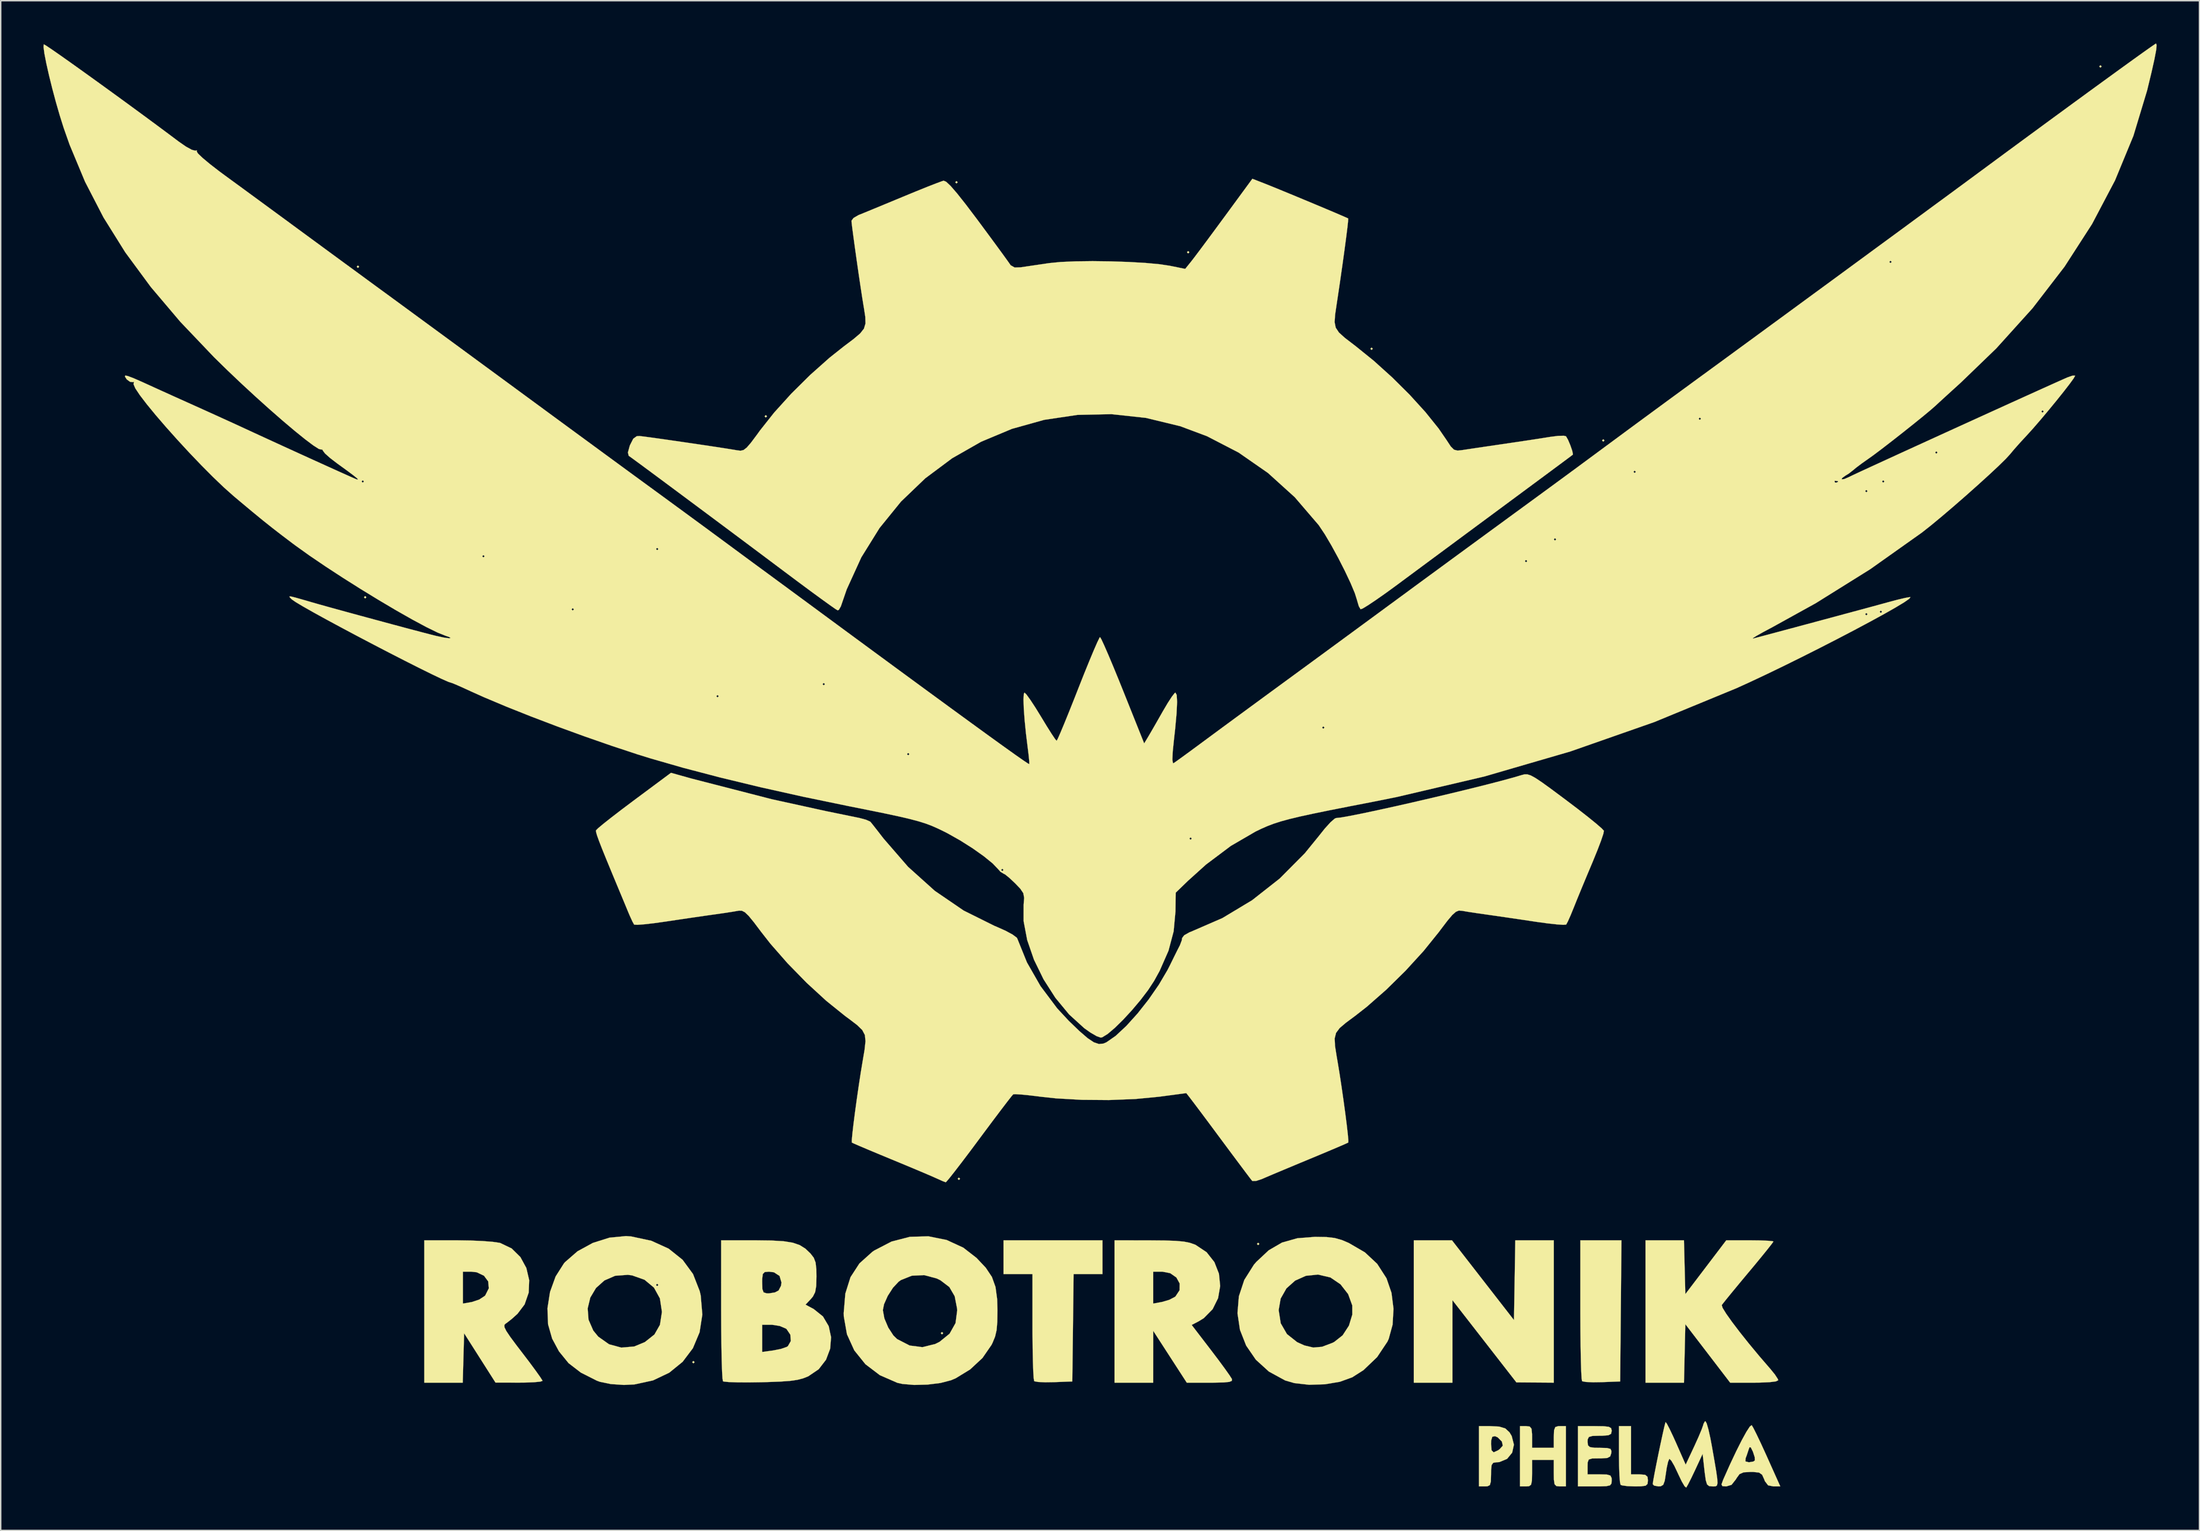
<source format=kicad_pcb>
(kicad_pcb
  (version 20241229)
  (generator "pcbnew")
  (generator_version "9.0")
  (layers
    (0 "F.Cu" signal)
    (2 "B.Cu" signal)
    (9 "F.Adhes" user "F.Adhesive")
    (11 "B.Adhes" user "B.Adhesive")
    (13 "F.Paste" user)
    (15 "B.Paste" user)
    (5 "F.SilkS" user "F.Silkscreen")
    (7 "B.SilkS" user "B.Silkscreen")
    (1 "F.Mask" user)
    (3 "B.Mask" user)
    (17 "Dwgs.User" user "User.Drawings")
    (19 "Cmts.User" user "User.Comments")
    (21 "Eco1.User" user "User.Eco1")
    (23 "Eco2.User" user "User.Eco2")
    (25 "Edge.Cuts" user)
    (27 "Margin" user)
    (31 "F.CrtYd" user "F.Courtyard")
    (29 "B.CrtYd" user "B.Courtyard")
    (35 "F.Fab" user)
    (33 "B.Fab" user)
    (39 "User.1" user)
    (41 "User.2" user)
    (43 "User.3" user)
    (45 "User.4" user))
  (footprint "LogoRobotronikGrand"
    (layer "F.Cu")
    (at 73.794 51.313)
    (property "Reference" "LogoRobotronikGrand" (at 0 0 0) (layer "F.SilkS") (effects (font (size 1.524 1.524) (thickness 0.3))))
    (attr through_hole)
    (fp_poly (pts (xy -51.647 -35.645) (xy -51.731 -35.56) (xy -51.816 -35.645) (xy -51.731 -35.729) (xy -51.647 -35.645)) (stroke (width 0.01) (type solid)) (fill yes) (layer "F.SilkS"))
    (fp_poly (pts (xy -51.139 -12.446) (xy -51.223 -12.361) (xy -51.308 -12.446) (xy -51.223 -12.531) (xy -51.139 -12.446)) (stroke (width 0.01) (type solid)) (fill yes) (layer "F.SilkS"))
    (fp_poly (pts (xy -28.109 41.233) (xy -28.194 41.317) (xy -28.279 41.233) (xy -28.194 41.148) (xy -28.109 41.233)) (stroke (width 0.01) (type solid)) (fill yes) (layer "F.SilkS"))
    (fp_poly (pts (xy -23.029 -25.146) (xy -23.114 -25.061) (xy -23.199 -25.146) (xy -23.114 -25.231) (xy -23.029 -25.146)) (stroke (width 0.01) (type solid)) (fill yes) (layer "F.SilkS"))
    (fp_poly (pts (xy -10.668 39.201) (xy -10.753 39.285) (xy -10.837 39.201) (xy -10.753 39.116) (xy -10.668 39.201)) (stroke (width 0.01) (type solid)) (fill yes) (layer "F.SilkS"))
    (fp_poly (pts (xy -9.652 -41.571) (xy -9.737 -41.487) (xy -9.821 -41.571) (xy -9.737 -41.656) (xy -9.652 -41.571)) (stroke (width 0.01) (type solid)) (fill yes) (layer "F.SilkS"))
    (fp_poly (pts (xy -9.483 28.363) (xy -9.567 28.448) (xy -9.652 28.363) (xy -9.567 28.279) (xy -9.483 28.363)) (stroke (width 0.01) (type solid)) (fill yes) (layer "F.SilkS"))
    (fp_poly (pts (xy 6.604 -36.661) (xy 6.519 -36.576) (xy 6.435 -36.661) (xy 6.519 -36.745) (xy 6.604 -36.661)) (stroke (width 0.01) (type solid)) (fill yes) (layer "F.SilkS"))
    (fp_poly (pts (xy 11.515 32.935) (xy 11.43 33.02) (xy 11.345 32.935) (xy 11.43 32.851) (xy 11.515 32.935)) (stroke (width 0.01) (type solid)) (fill yes) (layer "F.SilkS"))
    (fp_poly (pts (xy 19.473 -29.887) (xy 19.389 -29.803) (xy 19.304 -29.887) (xy 19.389 -29.972) (xy 19.473 -29.887)) (stroke (width 0.01) (type solid)) (fill yes) (layer "F.SilkS"))
    (fp_poly (pts (xy 35.729 -23.453) (xy 35.645 -23.368) (xy 35.56 -23.453) (xy 35.645 -23.537) (xy 35.729 -23.453)) (stroke (width 0.01) (type solid)) (fill yes) (layer "F.SilkS"))
    (fp_poly (pts (xy 70.612 -49.699) (xy 70.527 -49.615) (xy 70.443 -49.699) (xy 70.527 -49.784) (xy 70.612 -49.699)) (stroke (width 0.01) (type solid)) (fill yes) (layer "F.SilkS"))
    (fp_poly (pts (xy 27.204 35.48) (xy 29.379 38.279) (xy 29.426 35.48) (xy 29.472 32.681) (xy 32.173 32.681) (xy 32.173 42.672) (xy 30.861 42.662) (xy 29.549 42.652) (xy 27.305 39.766) (xy 25.061 36.881) (xy 25.061 42.672) (xy 22.352 42.672) (xy 22.352 32.681) (xy 25.029 32.681) (xy 27.204 35.48)) (stroke (width 0.01) (type solid)) (fill yes) (layer "F.SilkS"))
    (fp_poly (pts (xy 36.83 42.587) (xy 35.552 42.636) (xy 34.923 42.645) (xy 34.431 42.623) (xy 34.17 42.575) (xy 34.155 42.566) (xy 34.125 42.372) (xy 34.097 41.883) (xy 34.073 41.143) (xy 34.055 40.195) (xy 34.042 39.082) (xy 34.036 37.85) (xy 34.036 37.564) (xy 34.036 32.681) (xy 36.92 32.681) (xy 36.83 42.587)) (stroke (width 0.01) (type solid)) (fill yes) (layer "F.SilkS"))
    (fp_poly (pts (xy 37.592 49.107) (xy 38.185 49.107) (xy 38.585 49.138) (xy 38.75 49.281) (xy 38.777 49.53) (xy 38.752 49.775) (xy 38.621 49.901) (xy 38.298 49.947) (xy 37.874 49.953) (xy 37.347 49.934) (xy 36.969 49.883) (xy 36.858 49.84) (xy 36.814 49.636) (xy 36.778 49.164) (xy 36.754 48.495) (xy 36.745 47.724) (xy 36.745 45.72) (xy 37.592 45.72) (xy 37.592 49.107)) (stroke (width 0.01) (type solid)) (fill yes) (layer "F.SilkS"))
    (fp_poly (pts (xy 0.508 35.052) (xy -1.518 35.052) (xy -1.563 38.82) (xy -1.609 42.587) (xy -2.886 42.636) (xy -3.515 42.645) (xy -4.007 42.623) (xy -4.269 42.575) (xy -4.283 42.566) (xy -4.318 42.368) (xy -4.349 41.883) (xy -4.374 41.16) (xy -4.392 40.251) (xy -4.402 39.205) (xy -4.403 38.749) (xy -4.403 35.052) (xy -6.435 35.052) (xy -6.435 32.681) (xy 0.508 32.681) (xy 0.508 35.052)) (stroke (width 0.01) (type solid)) (fill yes) (layer "F.SilkS"))
    (fp_poly (pts (xy 30.487 45.752) (xy 30.611 45.907) (xy 30.648 46.276) (xy 30.649 46.482) (xy 30.649 47.244) (xy 32.173 47.244) (xy 32.173 46.482) (xy 32.191 46.012) (xy 32.277 45.789) (xy 32.482 45.723) (xy 32.597 45.72) (xy 33.02 45.72) (xy 33.02 49.953) (xy 32.597 49.953) (xy 32.354 49.929) (xy 32.228 49.801) (xy 32.18 49.487) (xy 32.173 49.022) (xy 32.173 48.091) (xy 30.649 48.091) (xy 30.649 49.022) (xy 30.638 49.555) (xy 30.58 49.833) (xy 30.437 49.938) (xy 30.226 49.953) (xy 29.803 49.953) (xy 29.803 45.72) (xy 30.226 45.72) (xy 30.487 45.752)) (stroke (width 0.01) (type solid)) (fill yes) (layer "F.SilkS"))
    (fp_poly (pts (xy 28.341 45.754) (xy 28.772 45.885) (xy 29.065 46.157) (xy 29.22 46.416) (xy 29.376 47.023) (xy 29.253 47.584) (xy 28.897 48.019) (xy 28.357 48.245) (xy 28.156 48.26) (xy 27.927 48.294) (xy 27.812 48.451) (xy 27.774 48.819) (xy 27.771 49.107) (xy 27.757 49.609) (xy 27.687 49.86) (xy 27.517 49.945) (xy 27.347 49.953) (xy 26.924 49.953) (xy 26.924 46.978) (xy 27.771 46.978) (xy 27.809 47.422) (xy 27.954 47.561) (xy 28.254 47.424) (xy 28.373 47.339) (xy 28.595 47.094) (xy 28.535 46.824) (xy 28.515 46.788) (xy 28.236 46.51) (xy 28.049 46.427) (xy 27.858 46.467) (xy 27.779 46.735) (xy 27.771 46.978) (xy 26.924 46.978) (xy 26.924 45.72) (xy 27.672 45.72) (xy 28.341 45.754)) (stroke (width 0.01) (type solid)) (fill yes) (layer "F.SilkS"))
    (fp_poly (pts (xy 41.354 34.57) (xy 41.402 36.458) (xy 42.838 34.57) (xy 44.273 32.681) (xy 45.928 32.681) (xy 46.63 32.689) (xy 47.184 32.711) (xy 47.518 32.742) (xy 47.583 32.765) (xy 47.479 32.917) (xy 47.194 33.281) (xy 46.763 33.814) (xy 46.224 34.469) (xy 45.831 34.939) (xy 45.229 35.661) (xy 44.701 36.301) (xy 44.286 36.809) (xy 44.025 37.137) (xy 43.957 37.229) (xy 44.017 37.424) (xy 44.27 37.834) (xy 44.683 38.416) (xy 45.227 39.131) (xy 45.869 39.937) (xy 46.58 40.794) (xy 47.327 41.661) (xy 47.361 41.699) (xy 47.685 42.098) (xy 47.887 42.407) (xy 47.921 42.503) (xy 47.761 42.581) (xy 47.312 42.638) (xy 46.624 42.668) (xy 46.234 42.672) (xy 44.547 42.672) (xy 42.975 40.619) (xy 41.402 38.567) (xy 41.307 42.672) (xy 38.608 42.672) (xy 38.608 32.681) (xy 41.306 32.681) (xy 41.354 34.57)) (stroke (width 0.01) (type solid)) (fill yes) (layer "F.SilkS"))
    (fp_poly (pts (xy 35.675 45.729) (xy 36.032 45.77) (xy 36.195 45.864) (xy 36.237 46.032) (xy 36.237 46.059) (xy 36.193 46.262) (xy 36.004 46.363) (xy 35.587 46.396) (xy 35.391 46.397) (xy 34.888 46.411) (xy 34.637 46.481) (xy 34.552 46.651) (xy 34.544 46.821) (xy 34.571 47.071) (xy 34.709 47.196) (xy 35.045 47.24) (xy 35.402 47.244) (xy 35.907 47.257) (xy 36.153 47.321) (xy 36.219 47.474) (xy 36.207 47.619) (xy 36.131 47.848) (xy 35.928 47.957) (xy 35.505 47.986) (xy 35.348 47.986) (xy 34.864 47.992) (xy 34.628 48.064) (xy 34.551 48.266) (xy 34.544 48.542) (xy 34.544 49.107) (xy 35.391 49.107) (xy 35.893 49.12) (xy 36.144 49.19) (xy 36.229 49.36) (xy 36.237 49.53) (xy 36.22 49.751) (xy 36.118 49.878) (xy 35.859 49.936) (xy 35.368 49.953) (xy 35.052 49.953) (xy 33.867 49.953) (xy 33.867 45.72) (xy 35.052 45.72) (xy 35.675 45.729)) (stroke (width 0.01) (type solid)) (fill yes) (layer "F.SilkS"))
    (fp_poly (pts (xy 3.852 32.685) (xy 4.891 32.694) (xy 5.657 32.721) (xy 6.216 32.772) (xy 6.636 32.856) (xy 6.982 32.977) (xy 7.041 33.002) (xy 7.814 33.517) (xy 8.361 34.213) (xy 8.679 35.025) (xy 8.766 35.89) (xy 8.619 36.741) (xy 8.236 37.515) (xy 7.613 38.147) (xy 7.257 38.366) (xy 6.766 38.621) (xy 8.134 40.404) (xy 8.651 41.087) (xy 9.093 41.687) (xy 9.418 42.147) (xy 9.585 42.408) (xy 9.595 42.43) (xy 9.585 42.544) (xy 9.412 42.616) (xy 9.025 42.656) (xy 8.372 42.671) (xy 8.055 42.672) (xy 6.422 42.672) (xy 4.066 39.031) (xy 4.064 42.672) (xy 1.355 42.672) (xy 1.355 34.883) (xy 4.064 34.883) (xy 4.064 37.122) (xy 4.699 37.004) (xy 5.202 36.856) (xy 5.596 36.648) (xy 5.63 36.62) (xy 5.918 36.183) (xy 5.925 35.714) (xy 5.692 35.29) (xy 5.259 34.988) (xy 4.715 34.883) (xy 4.064 34.883) (xy 1.355 34.883) (xy 1.355 32.681) (xy 3.852 32.685)) (stroke (width 0.01) (type solid)) (fill yes) (layer "F.SilkS"))
    (fp_poly (pts (xy 46.059 45.655) (xy 46.18 45.859) (xy 46.406 46.309) (xy 46.709 46.945) (xy 47.057 47.705) (xy 47.135 47.879) (xy 48.065 49.953) (xy 47.586 49.953) (xy 47.209 49.878) (xy 46.985 49.587) (xy 46.931 49.445) (xy 46.787 49.13) (xy 46.571 48.981) (xy 46.168 48.939) (xy 45.987 48.937) (xy 45.491 48.965) (xy 45.203 49.09) (xy 44.995 49.376) (xy 44.958 49.445) (xy 44.644 49.843) (xy 44.274 49.953) (xy 44.002 49.934) (xy 43.938 49.813) (xy 44.052 49.495) (xy 44.092 49.403) (xy 44.543 48.393) (xy 44.635 48.198) (xy 45.616 48.198) (xy 45.861 48.26) (xy 46.176 48.206) (xy 46.279 48.133) (xy 46.27 47.903) (xy 46.147 47.525) (xy 46.145 47.519) (xy 45.996 47.214) (xy 45.905 47.201) (xy 45.849 47.35) (xy 45.704 47.789) (xy 45.636 47.964) (xy 45.616 48.198) (xy 44.635 48.198) (xy 44.974 47.48) (xy 45.363 46.707) (xy 45.688 46.117) (xy 45.927 45.751) (xy 46.056 45.653) (xy 46.059 45.655)) (stroke (width 0.01) (type solid)) (fill yes) (layer "F.SilkS"))
    (fp_poly (pts (xy -44.746 32.682) (xy -43.827 32.696) (xy -42.972 32.733) (xy -42.266 32.789) (xy -41.798 32.857) (xy -41.749 32.869) (xy -40.948 33.251) (xy -40.331 33.859) (xy -39.914 34.625) (xy -39.715 35.48) (xy -39.75 36.354) (xy -40.036 37.18) (xy -40.532 37.836) (xy -40.935 38.199) (xy -41.285 38.473) (xy -41.362 38.523) (xy -41.457 38.62) (xy -41.451 38.779) (xy -41.321 39.045) (xy -41.042 39.461) (xy -40.589 40.07) (xy -40.217 40.555) (xy -39.696 41.239) (xy -39.26 41.829) (xy -38.945 42.272) (xy -38.789 42.517) (xy -38.779 42.545) (xy -38.935 42.599) (xy -39.358 42.64) (xy -39.974 42.665) (xy -40.428 42.669) (xy -42.079 42.666) (xy -43.18 40.935) (xy -44.281 39.205) (xy -44.329 40.938) (xy -44.377 42.672) (xy -47.075 42.672) (xy -47.075 34.883) (xy -44.365 34.883) (xy -44.365 37.122) (xy -43.73 37.01) (xy -43.226 36.843) (xy -42.832 36.584) (xy -42.799 36.549) (xy -42.548 36.049) (xy -42.591 35.566) (xy -42.887 35.168) (xy -43.395 34.925) (xy -43.773 34.883) (xy -44.365 34.883) (xy -47.075 34.883) (xy -47.075 32.681) (xy -44.746 32.682)) (stroke (width 0.01) (type solid)) (fill yes) (layer "F.SilkS"))
    (fp_poly (pts (xy 16.205 32.451) (xy 16.794 32.518) (xy 17.308 32.663) (xy 17.788 32.868) (xy 18.92 33.527) (xy 19.781 34.331) (xy 20.427 35.333) (xy 20.44 35.36) (xy 20.786 36.367) (xy 20.927 37.487) (xy 20.863 38.603) (xy 20.591 39.597) (xy 20.501 39.793) (xy 19.777 40.878) (xy 18.822 41.791) (xy 18.034 42.294) (xy 17.166 42.609) (xy 16.114 42.786) (xy 15.007 42.82) (xy 13.973 42.704) (xy 13.326 42.517) (xy 12.185 41.894) (xy 11.269 41.062) (xy 10.588 40.07) (xy 10.154 38.965) (xy 9.98 37.797) (xy 9.998 37.578) (xy 12.869 37.578) (xy 13.015 38.507) (xy 13.45 39.261) (xy 14.165 39.829) (xy 14.678 40.06) (xy 15.303 40.208) (xy 15.912 40.154) (xy 16.625 39.885) (xy 16.764 39.817) (xy 17.357 39.35) (xy 17.8 38.67) (xy 18.036 37.893) (xy 18.034 37.252) (xy 17.744 36.457) (xy 17.208 35.769) (xy 16.512 35.296) (xy 16.481 35.283) (xy 15.621 35.084) (xy 14.782 35.172) (xy 14.026 35.509) (xy 13.415 36.055) (xy 13.009 36.771) (xy 12.869 37.578) (xy 9.998 37.578) (xy 10.077 36.614) (xy 10.457 35.463) (xy 11.131 34.394) (xy 11.3 34.198) (xy 12.171 33.382) (xy 13.105 32.839) (xy 14.179 32.536) (xy 15.409 32.439) (xy 16.205 32.451)) (stroke (width 0.01) (type solid)) (fill yes) (layer "F.SilkS"))
    (fp_poly (pts (xy 42.902 45.537) (xy 43.023 45.958) (xy 43.16 46.574) (xy 43.262 47.117) (xy 43.444 48.152) (xy 43.57 48.899) (xy 43.641 49.405) (xy 43.659 49.717) (xy 43.623 49.882) (xy 43.534 49.945) (xy 43.393 49.955) (xy 43.297 49.953) (xy 43.067 49.93) (xy 42.925 49.81) (xy 42.836 49.519) (xy 42.762 48.983) (xy 42.742 48.81) (xy 42.616 47.667) (xy 42.09 48.8) (xy 41.821 49.364) (xy 41.6 49.801) (xy 41.47 50.026) (xy 41.462 50.034) (xy 41.351 49.943) (xy 41.153 49.608) (xy 40.909 49.099) (xy 40.882 49.039) (xy 40.632 48.512) (xy 40.419 48.147) (xy 40.287 48.017) (xy 40.28 48.019) (xy 40.192 48.217) (xy 40.097 48.644) (xy 40.04 49.025) (xy 39.957 49.56) (xy 39.853 49.838) (xy 39.681 49.942) (xy 39.52 49.953) (xy 39.211 49.896) (xy 39.116 49.793) (xy 39.148 49.555) (xy 39.235 49.077) (xy 39.36 48.437) (xy 39.507 47.711) (xy 39.661 46.975) (xy 39.805 46.308) (xy 39.923 45.784) (xy 40.001 45.482) (xy 40.018 45.439) (xy 40.108 45.556) (xy 40.299 45.921) (xy 40.56 46.472) (xy 40.753 46.901) (xy 41.426 48.426) (xy 42.049 47.095) (xy 42.331 46.471) (xy 42.547 45.955) (xy 42.662 45.629) (xy 42.672 45.573) (xy 42.771 45.391) (xy 42.815 45.381) (xy 42.902 45.537)) (stroke (width 0.01) (type solid)) (fill yes) (layer "F.SilkS"))
    (fp_poly (pts (xy -32.566 32.409) (xy -31.142 32.715) (xy -29.932 33.266) (xy -28.952 34.048) (xy -28.22 35.047) (xy -27.75 36.25) (xy -27.68 36.557) (xy -27.567 37.894) (xy -27.76 39.137) (xy -28.229 40.253) (xy -28.949 41.208) (xy -29.89 41.973) (xy -31.026 42.513) (xy -32.328 42.796) (xy -33.069 42.832) (xy -33.989 42.77) (xy -34.752 42.612) (xy -34.967 42.534) (xy -36.093 41.964) (xy -36.954 41.301) (xy -37.624 40.477) (xy -38.105 39.581) (xy -38.39 38.581) (xy -38.434 37.462) (xy -35.612 37.462) (xy -35.552 38.252) (xy -35.219 39.015) (xy -34.87 39.442) (xy -34.112 39.978) (xy -33.251 40.211) (xy -32.346 40.133) (xy -31.598 39.823) (xy -30.928 39.291) (xy -30.54 38.611) (xy -30.405 37.73) (xy -30.404 37.689) (xy -30.544 36.759) (xy -30.961 36.001) (xy -31.185 35.814) (xy -30.819 35.814) (xy -30.734 35.899) (xy -30.649 35.814) (xy -30.734 35.729) (xy -30.819 35.814) (xy -31.185 35.814) (xy -31.622 35.451) (xy -32.494 35.143) (xy -32.796 35.104) (xy -33.684 35.171) (xy -34.437 35.498) (xy -35.027 36.027) (xy -35.428 36.701) (xy -35.612 37.462) (xy -38.434 37.462) (xy -38.434 37.457) (xy -38.253 36.305) (xy -37.862 35.221) (xy -37.279 34.302) (xy -37.207 34.218) (xy -36.326 33.452) (xy -35.252 32.865) (xy -34.085 32.496) (xy -32.925 32.384) (xy -32.566 32.409)) (stroke (width 0.01) (type solid)) (fill yes) (layer "F.SilkS"))
    (fp_poly (pts (xy -10.437 32.654) (xy -9.259 33.196) (xy -8.326 33.919) (xy -7.679 34.608) (xy -7.249 35.253) (xy -6.997 35.956) (xy -6.881 36.818) (xy -6.86 37.592) (xy -6.872 38.406) (xy -6.921 38.988) (xy -7.028 39.445) (xy -7.208 39.883) (xy -7.28 40.027) (xy -7.91 40.938) (xy -8.779 41.745) (xy -9.786 42.361) (xy -10.124 42.504) (xy -10.864 42.696) (xy -11.771 42.808) (xy -12.706 42.832) (xy -13.531 42.762) (xy -13.885 42.683) (xy -15.109 42.149) (xy -16.125 41.377) (xy -16.906 40.406) (xy -17.421 39.273) (xy -17.642 38.017) (xy -17.648 37.785) (xy -17.631 37.582) (xy -14.901 37.582) (xy -14.795 38.162) (xy -14.523 38.805) (xy -14.161 39.361) (xy -13.902 39.612) (xy -13.021 40.065) (xy -12.125 40.18) (xy -11.225 39.957) (xy -10.923 39.806) (xy -10.22 39.236) (xy -9.802 38.491) (xy -9.685 37.599) (xy -9.692 37.481) (xy -9.862 36.604) (xy -10.237 35.961) (xy -10.861 35.487) (xy -11.125 35.358) (xy -12 35.125) (xy -12.869 35.166) (xy -13.637 35.473) (xy -13.793 35.585) (xy -14.191 36.009) (xy -14.558 36.581) (xy -14.818 37.167) (xy -14.901 37.582) (xy -17.631 37.582) (xy -17.534 36.419) (xy -17.172 35.269) (xy -16.545 34.303) (xy -15.641 33.491) (xy -15.509 33.4) (xy -14.294 32.769) (xy -13.008 32.437) (xy -11.705 32.4) (xy -10.437 32.654)) (stroke (width 0.01) (type solid)) (fill yes) (layer "F.SilkS"))
    (fp_poly (pts (xy -22.731 32.695) (xy -21.868 32.746) (xy -21.222 32.849) (xy -20.732 33.018) (xy -20.336 33.267) (xy -19.982 33.604) (xy -19.749 33.904) (xy -19.621 34.239) (xy -19.567 34.722) (xy -19.559 35.22) (xy -19.577 35.885) (xy -19.651 36.318) (xy -19.806 36.626) (xy -19.942 36.788) (xy -20.326 37.197) (xy -19.75 37.507) (xy -19.104 38.025) (xy -18.7 38.707) (xy -18.534 39.486) (xy -18.599 40.293) (xy -18.89 41.064) (xy -19.402 41.729) (xy -20.129 42.222) (xy -20.135 42.225) (xy -20.499 42.371) (xy -20.903 42.475) (xy -21.414 42.548) (xy -22.103 42.597) (xy -23.036 42.631) (xy -23.453 42.642) (xy -24.349 42.654) (xy -25.124 42.649) (xy -25.715 42.629) (xy -26.06 42.594) (xy -26.12 42.573) (xy -26.152 42.378) (xy -26.182 41.887) (xy -26.207 41.145) (xy -26.227 40.195) (xy -26.24 39.082) (xy -26.243 38.608) (xy -23.368 38.608) (xy -23.368 40.517) (xy -22.581 40.409) (xy -22.058 40.305) (xy -21.66 40.168) (xy -21.565 40.111) (xy -21.358 39.748) (xy -21.393 39.304) (xy -21.653 38.918) (xy -21.712 38.872) (xy -22.137 38.693) (xy -22.672 38.609) (xy -22.728 38.608) (xy -23.368 38.608) (xy -26.243 38.608) (xy -26.246 37.848) (xy -26.247 37.564) (xy -26.247 35.645) (xy -23.368 35.645) (xy -23.352 36.114) (xy -23.267 36.336) (xy -23.055 36.403) (xy -22.894 36.407) (xy -22.471 36.338) (xy -22.217 36.203) (xy -22.047 35.873) (xy -22.013 35.645) (xy -22.15 35.18) (xy -22.543 34.926) (xy -22.894 34.883) (xy -23.186 34.908) (xy -23.324 35.045) (xy -23.366 35.385) (xy -23.368 35.645) (xy -26.247 35.645) (xy -26.247 32.681) (xy -23.871 32.681) (xy -22.731 32.695)) (stroke (width 0.01) (type solid)) (fill yes) (layer "F.SilkS"))
    (fp_poly (pts (xy 11.82 -41.507) (xy 12.272 -41.327) (xy 12.912 -41.066) (xy 13.68 -40.75) (xy 14.518 -40.402) (xy 15.367 -40.048) (xy 16.168 -39.712) (xy 16.863 -39.418) (xy 17.392 -39.191) (xy 17.697 -39.056) (xy 17.747 -39.031) (xy 17.741 -38.855) (xy 17.692 -38.392) (xy 17.604 -37.692) (xy 17.486 -36.802) (xy 17.343 -35.772) (xy 17.182 -34.65) (xy 17.009 -33.483) (xy 16.939 -33.02) (xy 16.83 -32.279) (xy 16.795 -31.756) (xy 16.873 -31.366) (xy 17.099 -31.027) (xy 17.511 -30.654) (xy 18.147 -30.166) (xy 18.246 -30.091) (xy 19.539 -29.046) (xy 20.83 -27.881) (xy 22.06 -26.659) (xy 23.167 -25.442) (xy 24.092 -24.291) (xy 24.642 -23.49) (xy 24.945 -23.03) (xy 25.176 -22.801) (xy 25.431 -22.74) (xy 25.739 -22.774) (xy 26.127 -22.833) (xy 26.767 -22.929) (xy 27.575 -23.048) (xy 28.467 -23.179) (xy 28.617 -23.201) (xy 29.567 -23.341) (xy 30.496 -23.48) (xy 31.302 -23.604) (xy 31.882 -23.697) (xy 31.914 -23.702) (xy 32.465 -23.772) (xy 32.873 -23.784) (xy 33.03 -23.746) (xy 33.171 -23.5) (xy 33.332 -23.12) (xy 33.464 -22.739) (xy 33.517 -22.487) (xy 33.508 -22.454) (xy 33.362 -22.343) (xy 32.974 -22.054) (xy 32.376 -21.61) (xy 31.598 -21.033) (xy 30.671 -20.347) (xy 29.626 -19.573) (xy 28.533 -18.764) (xy 27.269 -17.829) (xy 25.975 -16.872) (xy 24.707 -15.933) (xy 23.516 -15.052) (xy 22.458 -14.268) (xy 21.587 -13.623) (xy 21.188 -13.326) (xy 20.399 -12.751) (xy 19.702 -12.262) (xy 19.142 -11.887) (xy 18.764 -11.659) (xy 18.618 -11.605) (xy 18.494 -11.813) (xy 18.377 -12.207) (xy 18.371 -12.236) (xy 18.212 -12.738) (xy 17.913 -13.45) (xy 17.514 -14.295) (xy 17.055 -15.197) (xy 16.574 -16.078) (xy 16.112 -16.862) (xy 15.706 -17.471) (xy 15.666 -17.526) (xy 13.996 -19.472) (xy 12.118 -21.171) (xy 10.058 -22.603) (xy 7.844 -23.749) (xy 5.964 -24.452) (xy 3.551 -25.036) (xy 1.139 -25.297) (xy -1.248 -25.246) (xy -3.585 -24.898) (xy -5.846 -24.266) (xy -8.006 -23.362) (xy -10.04 -22.202) (xy -11.923 -20.797) (xy -13.629 -19.161) (xy -15.133 -17.308) (xy -16.411 -15.251) (xy -17.436 -13.004) (xy -17.847 -11.811) (xy -17.985 -11.568) (xy -18.071 -11.528) (xy -18.236 -11.629) (xy -18.635 -11.909) (xy -19.231 -12.339) (xy -19.988 -12.893) (xy -20.869 -13.546) (xy -21.837 -14.27) (xy -21.85 -14.28) (xy -22.845 -15.026) (xy -23.934 -15.841) (xy -25.085 -16.701) (xy -26.264 -17.581) (xy -27.438 -18.456) (xy -28.574 -19.302) (xy -29.639 -20.094) (xy -30.599 -20.807) (xy -31.421 -21.416) (xy -32.073 -21.897) (xy -32.521 -22.225) (xy -32.731 -22.376) (xy -32.733 -22.377) (xy -32.789 -22.608) (xy -32.663 -23.07) (xy -32.636 -23.139) (xy -32.414 -23.574) (xy -32.171 -23.75) (xy -31.976 -23.763) (xy -31.682 -23.729) (xy -31.119 -23.654) (xy -30.357 -23.547) (xy -29.461 -23.418) (xy -28.499 -23.278) (xy -27.538 -23.136) (xy -26.645 -23.002) (xy -25.888 -22.885) (xy -25.333 -22.796) (xy -25.126 -22.76) (xy -24.883 -22.731) (xy -24.675 -22.78) (xy -24.452 -22.951) (xy -24.16 -23.289) (xy -23.748 -23.839) (xy -23.518 -24.157) (xy -22.526 -25.41) (xy -21.325 -26.737) (xy -20.003 -28.047) (xy -18.647 -29.254) (xy -17.648 -30.047) (xy -16.956 -30.569) (xy -16.495 -30.961) (xy -16.228 -31.299) (xy -16.12 -31.661) (xy -16.133 -32.121) (xy -16.231 -32.758) (xy -16.261 -32.935) (xy -16.354 -33.509) (xy -16.469 -34.264) (xy -16.598 -35.131) (xy -16.729 -36.042) (xy -16.854 -36.93) (xy -16.963 -37.725) (xy -17.047 -38.361) (xy -17.095 -38.769) (xy -17.103 -38.873) (xy -16.961 -39.064) (xy -16.613 -39.267) (xy -16.552 -39.292) (xy -16.209 -39.431) (xy -15.621 -39.673) (xy -14.856 -39.989) (xy -13.982 -40.351) (xy -13.462 -40.567) (xy -12.584 -40.929) (xy -11.801 -41.245) (xy -11.172 -41.491) (xy -10.759 -41.644) (xy -10.635 -41.682) (xy -10.456 -41.605) (xy -10.147 -41.314) (xy -9.695 -40.792) (xy -9.086 -40.023) (xy -8.305 -38.991) (xy -8.209 -38.862) (xy -7.566 -37.993) (xy -6.987 -37.207) (xy -6.505 -36.548) (xy -6.152 -36.059) (xy -5.959 -35.785) (xy -5.938 -35.75) (xy -5.654 -35.59) (xy -5.231 -35.603) (xy -4.791 -35.668) (xy -4.14 -35.764) (xy -3.403 -35.873) (xy -3.232 -35.898) (xy -2.433 -35.977) (xy -1.39 -36.022) (xy -0.188 -36.037) (xy 1.089 -36.021) (xy 2.358 -35.978) (xy 3.535 -35.91) (xy 4.535 -35.817) (xy 5.23 -35.712) (xy 6.311 -35.492) (xy 6.715 -35.992) (xy 6.941 -36.284) (xy 7.328 -36.797) (xy 7.836 -37.479) (xy 8.426 -38.277) (xy 9.059 -39.138) (xy 9.072 -39.154) (xy 11.024 -41.817) (xy 11.82 -41.507)) (stroke (width 0.01) (type solid)) (fill yes) (layer "F.SilkS"))
    (fp_poly (pts (xy -28.303 0.282) (xy -22.694 1.726) (xy -18.881 2.563) (xy -18.083 2.726) (xy -17.337 2.879) (xy -16.752 2.999) (xy -16.539 3.043) (xy -16.089 3.164) (xy -15.793 3.297) (xy -15.762 3.324) (xy -15.602 3.523) (xy -15.297 3.911) (xy -14.91 4.411) (xy -14.851 4.487) (xy -13.132 6.47) (xy -11.257 8.156) (xy -9.231 9.54) (xy -7.057 10.621) (xy -6.917 10.678) (xy -6.291 10.957) (xy -5.795 11.226) (xy -5.509 11.44) (xy -5.472 11.497) (xy -4.791 13.181) (xy -3.837 14.847) (xy -2.67 16.403) (xy -1.863 17.272) (xy -1.112 17.996) (xy -0.538 18.492) (xy -0.097 18.786) (xy 0.259 18.905) (xy 0.575 18.875) (xy 0.789 18.782) (xy 1.438 18.33) (xy 2.182 17.636) (xy 2.969 16.764) (xy 3.748 15.777) (xy 4.466 14.739) (xy 5.071 13.713) (xy 5.242 13.377) (xy 5.531 12.788) (xy 5.779 12.289) (xy 5.934 11.987) (xy 5.937 11.983) (xy 6.073 11.624) (xy 6.096 11.466) (xy 6.241 11.274) (xy 6.601 11.07) (xy 6.731 11.019) (xy 8.919 10.069) (xy 11.004 8.816) (xy 12.945 7.29) (xy 14.702 5.521) (xy 15.665 4.338) (xy 16.111 3.779) (xy 16.509 3.342) (xy 16.801 3.088) (xy 16.895 3.048) (xy 17.246 3.008) (xy 17.879 2.896) (xy 18.747 2.723) (xy 19.802 2.499) (xy 20.997 2.236) (xy 22.287 1.944) (xy 23.622 1.634) (xy 24.958 1.317) (xy 26.247 1.004) (xy 27.441 0.706) (xy 28.495 0.433) (xy 29.36 0.197) (xy 29.92 0.031) (xy 30.119 -0.02) (xy 30.316 -0.02) (xy 30.554 0.055) (xy 30.876 0.23) (xy 31.327 0.53) (xy 31.948 0.978) (xy 32.784 1.6) (xy 33.053 1.801) (xy 33.864 2.416) (xy 34.576 2.973) (xy 35.146 3.436) (xy 35.532 3.771) (xy 35.689 3.941) (xy 35.691 3.945) (xy 35.645 4.17) (xy 35.487 4.64) (xy 35.24 5.289) (xy 34.929 6.053) (xy 34.876 6.181) (xy 34.501 7.071) (xy 34.129 7.966) (xy 33.803 8.759) (xy 33.581 9.313) (xy 33.35 9.878) (xy 33.157 10.311) (xy 33.043 10.521) (xy 33.041 10.523) (xy 32.843 10.541) (xy 32.377 10.51) (xy 31.712 10.436) (xy 30.914 10.327) (xy 30.819 10.312) (xy 29.859 10.168) (xy 28.878 10.024) (xy 28.001 9.897) (xy 27.432 9.816) (xy 26.748 9.718) (xy 26.142 9.626) (xy 25.739 9.557) (xy 25.722 9.554) (xy 25.511 9.542) (xy 25.303 9.627) (xy 25.051 9.85) (xy 24.708 10.257) (xy 24.227 10.889) (xy 24.116 11.039) (xy 23.039 12.375) (xy 21.773 13.76) (xy 20.413 15.098) (xy 19.054 16.291) (xy 18.243 16.926) (xy 17.586 17.414) (xy 17.148 17.786) (xy 16.896 18.126) (xy 16.799 18.516) (xy 16.824 19.042) (xy 16.941 19.785) (xy 17.008 20.171) (xy 17.143 20.994) (xy 17.282 21.906) (xy 17.417 22.846) (xy 17.541 23.752) (xy 17.644 24.563) (xy 17.719 25.219) (xy 17.758 25.658) (xy 17.754 25.818) (xy 17.586 25.898) (xy 17.157 26.085) (xy 16.518 26.357) (xy 15.722 26.691) (xy 14.986 26.997) (xy 14.051 27.386) (xy 13.185 27.748) (xy 12.454 28.055) (xy 11.923 28.281) (xy 11.702 28.378) (xy 11.297 28.512) (xy 11.029 28.518) (xy 11.002 28.499) (xy 10.868 28.329) (xy 10.564 27.927) (xy 10.121 27.335) (xy 9.568 26.595) (xy 8.938 25.747) (xy 8.649 25.358) (xy 8.002 24.486) (xy 7.425 23.713) (xy 6.948 23.079) (xy 6.6 22.622) (xy 6.411 22.381) (xy 6.386 22.353) (xy 6.214 22.375) (xy 5.776 22.433) (xy 5.141 22.517) (xy 4.487 22.604) (xy 2.814 22.765) (xy 0.956 22.838) (xy -0.947 22.823) (xy -2.753 22.72) (xy -3.792 22.608) (xy -4.548 22.515) (xy -5.177 22.451) (xy -5.604 22.424) (xy -5.753 22.434) (xy -5.884 22.586) (xy -6.184 22.97) (xy -6.625 23.548) (xy -7.176 24.279) (xy -7.806 25.123) (xy -8.132 25.562) (xy -8.787 26.442) (xy -9.377 27.221) (xy -9.87 27.862) (xy -10.238 28.327) (xy -10.45 28.575) (xy -10.489 28.607) (xy -10.692 28.533) (xy -11.059 28.369) (xy -11.091 28.354) (xy -11.415 28.21) (xy -11.987 27.964) (xy -12.746 27.644) (xy -13.626 27.277) (xy -14.309 26.995) (xy -15.196 26.627) (xy -15.968 26.304) (xy -16.574 26.047) (xy -16.96 25.878) (xy -17.077 25.82) (xy -17.079 25.637) (xy -17.037 25.18) (xy -16.96 24.51) (xy -16.855 23.689) (xy -16.73 22.778) (xy -16.594 21.837) (xy -16.455 20.929) (xy -16.33 20.171) (xy -16.185 19.315) (xy -16.119 18.71) (xy -16.162 18.275) (xy -16.347 17.924) (xy -16.705 17.576) (xy -17.269 17.145) (xy -17.566 16.926) (xy -18.874 15.872) (xy -20.245 14.613) (xy -21.581 13.247) (xy -22.788 11.869) (xy -23.438 11.039) (xy -23.951 10.358) (xy -24.317 9.912) (xy -24.583 9.657) (xy -24.796 9.55) (xy -25.002 9.546) (xy -25.044 9.554) (xy -25.428 9.62) (xy -26.024 9.712) (xy -26.707 9.81) (xy -26.755 9.816) (xy -27.446 9.914) (xy -28.347 10.045) (xy -29.333 10.191) (xy -30.141 10.312) (xy -30.949 10.425) (xy -31.631 10.503) (xy -32.119 10.54) (xy -32.347 10.528) (xy -32.354 10.523) (xy -32.47 10.313) (xy -32.658 9.904) (xy -32.765 9.652) (xy -33.028 9.016) (xy -33.297 8.37) (xy -33.363 8.213) (xy -33.894 6.936) (xy -34.306 5.937) (xy -34.612 5.182) (xy -34.823 4.637) (xy -34.955 4.268) (xy -35.019 4.041) (xy -35.029 3.922) (xy -35.026 3.907) (xy -34.877 3.758) (xy -34.499 3.442) (xy -33.933 2.995) (xy -33.224 2.45) (xy -32.415 1.842) (xy -32.367 1.806) (xy -29.766 -0.127) (xy -28.303 0.282)) (stroke (width 0.01) (type solid)) (fill yes) (layer "F.SilkS"))
    (fp_poly (pts (xy 74.469 -51.192) (xy 74.433 -50.83) (xy 74.314 -50.204) (xy 74.11 -49.292) (xy 73.816 -48.076) (xy 73.799 -48.006) (xy 72.839 -44.828) (xy 71.549 -41.702) (xy 69.936 -38.638) (xy 68.005 -35.644) (xy 65.763 -32.732) (xy 63.217 -29.911) (xy 60.736 -27.517) (xy 60.122 -26.959) (xy 59.578 -26.463) (xy 59.167 -26.086) (xy 58.958 -25.892) (xy 58.617 -25.593) (xy 58.072 -25.14) (xy 57.389 -24.588) (xy 56.634 -23.987) (xy 55.872 -23.39) (xy 55.171 -22.849) (xy 54.595 -22.416) (xy 54.271 -22.185) (xy 53.777 -21.836) (xy 53.376 -21.534) (xy 53.2 -21.385) (xy 52.862 -21.121) (xy 52.635 -20.983) (xy 52.4 -20.814) (xy 52.371 -20.724) (xy 52.555 -20.744) (xy 52.901 -20.893) (xy 52.936 -20.912) (xy 53.161 -21.02) (xy 53.657 -21.252) (xy 54.387 -21.589) (xy 55.315 -22.015) (xy 56.402 -22.514) (xy 56.603 -22.606) (xy 58.928 -22.606) (xy 59.013 -22.521) (xy 59.097 -22.606) (xy 59.013 -22.691) (xy 58.928 -22.606) (xy 56.603 -22.606) (xy 57.613 -23.068) (xy 58.909 -23.66) (xy 60.254 -24.274) (xy 61.611 -24.892) (xy 62.913 -25.485) (xy 66.379 -25.485) (xy 66.463 -25.4) (xy 66.548 -25.485) (xy 66.463 -25.569) (xy 66.379 -25.485) (xy 62.913 -25.485) (xy 62.943 -25.498) (xy 64.211 -26.075) (xy 65.381 -26.605) (xy 66.413 -27.072) (xy 67.272 -27.459) (xy 67.92 -27.749) (xy 68.199 -27.872) (xy 68.557 -27.998) (xy 68.741 -28.002) (xy 68.747 -27.985) (xy 68.642 -27.8) (xy 68.36 -27.412) (xy 67.944 -26.875) (xy 67.437 -26.242) (xy 66.883 -25.567) (xy 66.326 -24.904) (xy 65.809 -24.305) (xy 65.375 -23.825) (xy 65.343 -23.791) (xy 64.871 -23.28) (xy 64.442 -22.795) (xy 64.183 -22.484) (xy 63.884 -22.158) (xy 63.375 -21.659) (xy 62.703 -21.031) (xy 61.918 -20.319) (xy 61.07 -19.564) (xy 60.207 -18.812) (xy 59.379 -18.106) (xy 58.635 -17.49) (xy 58.024 -17.007) (xy 57.997 -16.986) (xy 54.37 -14.414) (xy 50.547 -12.028) (xy 47.492 -10.338) (xy 46.86 -10.001) (xy 46.395 -9.739) (xy 46.142 -9.579) (xy 46.143 -9.546) (xy 46.789 -9.717) (xy 47.669 -9.952) (xy 48.722 -10.234) (xy 49.884 -10.546) (xy 51.092 -10.871) (xy 52.285 -11.192) (xy 52.539 -11.261) (xy 54.017 -11.261) (xy 54.102 -11.176) (xy 54.187 -11.261) (xy 54.102 -11.345) (xy 54.017 -11.261) (xy 52.539 -11.261) (xy 53.166 -11.43) (xy 55.033 -11.43) (xy 55.118 -11.345) (xy 55.203 -11.43) (xy 55.118 -11.515) (xy 55.033 -11.43) (xy 53.166 -11.43) (xy 53.398 -11.492) (xy 54.369 -11.755) (xy 55.136 -11.964) (xy 55.618 -12.097) (xy 56.285 -12.274) (xy 56.816 -12.4) (xy 57.138 -12.457) (xy 57.198 -12.455) (xy 57.102 -12.333) (xy 56.737 -12.081) (xy 56.136 -11.719) (xy 55.335 -11.264) (xy 54.368 -10.735) (xy 53.27 -10.149) (xy 52.076 -9.525) (xy 50.82 -8.881) (xy 49.538 -8.236) (xy 48.264 -7.606) (xy 47.033 -7.012) (xy 45.88 -6.47) (xy 44.975 -6.059) (xy 39.223 -3.688) (xy 33.329 -1.624) (xy 27.294 0.132) (xy 21.121 1.579) (xy 19.473 1.909) (xy 17.793 2.235) (xy 16.407 2.509) (xy 15.276 2.741) (xy 14.36 2.94) (xy 13.62 3.118) (xy 13.018 3.283) (xy 12.515 3.445) (xy 12.07 3.615) (xy 11.646 3.802) (xy 11.248 3.994) (xy 9.513 5.003) (xy 7.773 6.31) (xy 6.507 7.451) (xy 5.647 8.283) (xy 5.629 9.603) (xy 5.501 10.998) (xy 5.139 12.361) (xy 4.518 13.773) (xy 4.129 14.478) (xy 3.71 15.118) (xy 3.176 15.819) (xy 2.576 16.53) (xy 1.96 17.198) (xy 1.375 17.772) (xy 0.871 18.2) (xy 0.497 18.43) (xy 0.386 18.455) (xy 0.099 18.355) (xy -0.344 18.097) (xy -0.769 17.796) (xy -1.833 16.829) (xy -2.796 15.663) (xy -3.628 14.362) (xy -4.298 12.99) (xy -4.774 11.61) (xy -5.025 10.286) (xy -5.024 9.12) (xy -4.987 8.648) (xy -5.048 8.319) (xy -5.259 8.005) (xy -5.617 7.631) (xy -6.013 7.257) (xy -6.321 7.007) (xy -6.445 6.943) (xy -6.646 6.821) (xy -6.764 6.689) (xy -6.604 6.689) (xy -6.519 6.773) (xy -6.435 6.689) (xy -6.519 6.604) (xy -6.604 6.689) (xy -6.764 6.689) (xy -6.806 6.641) (xy -7.198 6.231) (xy -7.823 5.723) (xy -8.606 5.168) (xy -9.476 4.617) (xy -9.706 4.487) (xy 6.604 4.487) (xy 6.689 4.572) (xy 6.773 4.487) (xy 6.689 4.403) (xy 6.604 4.487) (xy -9.706 4.487) (xy -10.36 4.119) (xy -10.583 4.005) (xy -11.032 3.787) (xy -11.453 3.601) (xy -11.894 3.434) (xy -12.398 3.276) (xy -13.012 3.113) (xy -13.78 2.934) (xy -14.749 2.726) (xy -15.962 2.479) (xy -17.357 2.2) (xy -20.494 1.551) (xy -23.494 0.882) (xy -26.31 0.202) (xy -28.898 -0.476) (xy -31.212 -1.142) (xy -32.089 -1.415) (xy -32.164 -1.439) (xy -13.208 -1.439) (xy -13.123 -1.355) (xy -13.039 -1.439) (xy -13.123 -1.524) (xy -13.208 -1.439) (xy -32.164 -1.439) (xy -33.903 -2.013) (xy -35.808 -2.676) (xy -37.729 -3.376) (xy -39.596 -4.086) (xy -41.334 -4.779) (xy -42.872 -5.426) (xy -43.044 -5.503) (xy -26.585 -5.503) (xy -26.501 -5.419) (xy -26.416 -5.503) (xy -26.501 -5.588) (xy -26.585 -5.503) (xy -43.044 -5.503) (xy -43.83 -5.856) (xy -44.416 -6.125) (xy -44.874 -6.327) (xy -44.93 -6.35) (xy -19.135 -6.35) (xy -19.05 -6.265) (xy -18.965 -6.35) (xy -19.05 -6.435) (xy -19.135 -6.35) (xy -44.93 -6.35) (xy -45.126 -6.429) (xy -45.149 -6.435) (xy -45.387 -6.512) (xy -45.88 -6.73) (xy -46.586 -7.067) (xy -47.462 -7.5) (xy -48.468 -8.008) (xy -49.561 -8.568) (xy -50.698 -9.159) (xy -51.838 -9.758) (xy -52.938 -10.344) (xy -53.957 -10.894) (xy -54.852 -11.387) (xy -55.582 -11.801) (xy -56.104 -12.113) (xy -56.376 -12.301) (xy -56.388 -12.312) (xy -56.509 -12.437) (xy -56.537 -12.502) (xy -56.421 -12.501) (xy -56.113 -12.425) (xy -55.561 -12.268) (xy -55.033 -12.114) (xy -54.444 -11.946) (xy -53.62 -11.716) (xy -52.624 -11.442) (xy -51.521 -11.141) (xy -50.373 -10.83) (xy -49.245 -10.525) (xy -48.198 -10.245) (xy -47.297 -10.006) (xy -46.606 -9.826) (xy -46.229 -9.732) (xy -45.697 -9.618) (xy -45.344 -9.57) (xy -45.214 -9.585) (xy -45.349 -9.665) (xy -45.58 -9.744) (xy -46.148 -9.972) (xy -46.947 -10.364) (xy -47.932 -10.894) (xy -49.055 -11.532) (xy -49.168 -11.599) (xy -36.745 -11.599) (xy -36.661 -11.515) (xy -36.576 -11.599) (xy -36.661 -11.684) (xy -36.745 -11.599) (xy -49.168 -11.599) (xy -50.272 -12.252) (xy -51.534 -13.024) (xy -52.796 -13.821) (xy -54.012 -14.615) (xy -55.057 -15.325) (xy -43.011 -15.325) (xy -42.926 -15.24) (xy -42.841 -15.325) (xy -42.926 -15.409) (xy -43.011 -15.325) (xy -55.057 -15.325) (xy -55.135 -15.377) (xy -55.771 -15.833) (xy -30.819 -15.833) (xy -30.734 -15.748) (xy -30.649 -15.833) (xy -30.734 -15.917) (xy -30.819 -15.833) (xy -55.771 -15.833) (xy -56.117 -16.08) (xy -56.277 -16.199) (xy -57.057 -16.789) (xy -57.741 -17.318) (xy -58.407 -17.849) (xy -59.136 -18.447) (xy -60.007 -19.175) (xy -60.452 -19.549) (xy -61.131 -20.153) (xy -61.571 -20.574) (xy -51.477 -20.574) (xy -51.393 -20.489) (xy -51.308 -20.574) (xy -51.393 -20.659) (xy -51.477 -20.574) (xy -61.571 -20.574) (xy -61.897 -20.886) (xy -62.718 -21.712) (xy -63.563 -22.595) (xy -64.399 -23.501) (xy -65.195 -24.392) (xy -65.921 -25.235) (xy -66.543 -25.993) (xy -67.031 -26.63) (xy -67.352 -27.112) (xy -67.476 -27.402) (xy -67.468 -27.451) (xy -67.44 -27.576) (xy -67.519 -27.545) (xy -67.718 -27.567) (xy -67.947 -27.733) (xy -68.075 -27.929) (xy -68.054 -28.01) (xy -67.879 -27.975) (xy -67.482 -27.825) (xy -66.944 -27.591) (xy -66.887 -27.565) (xy -66.326 -27.309) (xy -65.547 -26.955) (xy -64.642 -26.545) (xy -63.7 -26.121) (xy -63.415 -25.993) (xy -62.481 -25.572) (xy -61.555 -25.152) (xy -60.727 -24.775) (xy -60.089 -24.483) (xy -59.944 -24.416) (xy -59.069 -24.011) (xy -58.082 -23.557) (xy -57.03 -23.074) (xy -55.959 -22.585) (xy -54.919 -22.111) (xy -53.955 -21.674) (xy -53.115 -21.294) (xy -52.446 -20.994) (xy -51.995 -20.794) (xy -51.816 -20.719) (xy -51.716 -20.703) (xy -51.785 -20.791) (xy -52.049 -21.005) (xy -52.538 -21.37) (xy -53.213 -21.859) (xy -53.694 -22.229) (xy -54.043 -22.541) (xy -54.186 -22.732) (xy -54.187 -22.738) (xy -54.257 -22.836) (xy -54.292 -22.811) (xy -54.476 -22.857) (xy -54.871 -23.11) (xy -55.446 -23.543) (xy -56.169 -24.128) (xy -57.008 -24.837) (xy -57.93 -25.643) (xy -58.904 -26.519) (xy -59.897 -27.435) (xy -60.878 -28.366) (xy -61.814 -29.283) (xy -61.82 -29.288) (xy -64.194 -31.781) (xy -66.263 -34.223) (xy -68.052 -36.651) (xy -69.581 -39.1) (xy -70.876 -41.606) (xy -71.959 -44.203) (xy -72.379 -45.396) (xy -72.65 -46.258) (xy -72.922 -47.2) (xy -73.179 -48.162) (xy -73.408 -49.088) (xy -73.595 -49.919) (xy -73.727 -50.596) (xy -73.789 -51.061) (xy -73.772 -51.253) (xy -73.626 -51.172) (xy -73.242 -50.916) (xy -72.657 -50.51) (xy -71.905 -49.979) (xy -71.022 -49.348) (xy -70.043 -48.644) (xy -69.004 -47.892) (xy -67.939 -47.117) (xy -66.884 -46.344) (xy -65.874 -45.599) (xy -64.945 -44.908) (xy -64.296 -44.421) (xy -63.793 -44.073) (xy -63.381 -43.848) (xy -63.14 -43.788) (xy -63.127 -43.794) (xy -63.017 -43.806) (xy -63.045 -43.74) (xy -62.952 -43.587) (xy -62.627 -43.277) (xy -62.115 -42.85) (xy -61.459 -42.342) (xy -61.082 -42.063) (xy -60.239 -41.447) (xy -59.218 -40.7) (xy -58.116 -39.892) (xy -57.027 -39.093) (xy -56.304 -38.561) (xy -55.395 -37.894) (xy -54.289 -37.081) (xy -53.058 -36.178) (xy -51.778 -35.24) (xy -50.524 -34.321) (xy -49.699 -33.718) (xy -48.608 -32.918) (xy -47.309 -31.966) (xy -45.869 -30.911) (xy -44.355 -29.799) (xy -42.831 -28.68) (xy -41.363 -27.603) (xy -40.471 -26.947) (xy -39.108 -25.946) (xy -37.675 -24.893) (xy -36.23 -23.833) (xy -34.834 -22.809) (xy -33.547 -21.866) (xy -32.429 -21.047) (xy -31.75 -20.551) (xy -30.42 -19.579) (xy -29.309 -18.765) (xy -28.359 -18.07) (xy -27.517 -17.452) (xy -26.726 -16.87) (xy -25.931 -16.284) (xy -25.32 -15.833) (xy -24.694 -15.371) (xy -23.961 -14.831) (xy -23.335 -14.371) (xy -22.876 -14.034) (xy -22.203 -13.539) (xy -21.374 -12.929) (xy -20.447 -12.247) (xy -19.482 -11.536) (xy -19.194 -11.323) (xy -16.577 -9.396) (xy -14.228 -7.669) (xy -12.144 -6.14) (xy -10.322 -4.806) (xy -8.759 -3.666) (xy -7.451 -2.716) (xy -6.395 -1.954) (xy -5.588 -1.378) (xy -5.027 -0.986) (xy -4.709 -0.775) (xy -4.627 -0.735) (xy -4.628 -0.91) (xy -4.668 -1.327) (xy -4.735 -1.869) (xy -4.861 -2.893) (xy -4.955 -3.837) (xy -5.014 -4.648) (xy -5.034 -5.273) (xy -5.013 -5.658) (xy -4.965 -5.757) (xy -4.824 -5.62) (xy -4.554 -5.248) (xy -4.193 -4.698) (xy -3.804 -4.065) (xy -3.401 -3.401) (xy -3.059 -2.859) (xy -2.816 -2.497) (xy -2.709 -2.373) (xy -2.626 -2.523) (xy -2.44 -2.946) (xy -2.168 -3.596) (xy -1.829 -4.43) (xy -1.441 -5.404) (xy -1.202 -6.012) (xy -0.793 -7.047) (xy -0.419 -7.967) (xy -0.101 -8.729) (xy 0.144 -9.288) (xy 0.297 -9.601) (xy 0.336 -9.652) (xy 0.428 -9.502) (xy 0.625 -9.079) (xy 0.909 -8.429) (xy 1.261 -7.593) (xy 1.662 -6.615) (xy 1.942 -5.921) (xy 3.434 -2.19) (xy 3.717 -2.661) (xy 3.931 -3.026) (xy 4.252 -3.583) (xy 4.622 -4.232) (xy 4.743 -4.445) (xy 5.087 -5.028) (xy 5.38 -5.478) (xy 5.577 -5.728) (xy 5.622 -5.757) (xy 5.715 -5.592) (xy 5.743 -5.103) (xy 5.706 -4.296) (xy 5.604 -3.181) (xy 5.529 -2.508) (xy 5.438 -1.622) (xy 5.412 -1.059) (xy 5.451 -0.811) (xy 5.495 -0.802) (xy 5.69 -0.937) (xy 6.102 -1.233) (xy 6.674 -1.651) (xy 7.351 -2.15) (xy 7.535 -2.286) (xy 8.22 -2.792) (xy 8.912 -3.302) (xy 15.917 -3.302) (xy 16.002 -3.217) (xy 16.087 -3.302) (xy 16.002 -3.387) (xy 15.917 -3.302) (xy 8.912 -3.302) (xy 9.111 -3.449) (xy 10.14 -4.205) (xy 11.24 -5.013) (xy 12.344 -5.822) (xy 12.869 -6.206) (xy 13.927 -6.981) (xy 15.185 -7.903) (xy 16.569 -8.918) (xy 18.006 -9.972) (xy 19.423 -11.013) (xy 20.747 -11.986) (xy 20.913 -12.107) (xy 22.218 -13.067) (xy 23.627 -14.101) (xy 24.834 -14.986) (xy 30.141 -14.986) (xy 30.226 -14.901) (xy 30.311 -14.986) (xy 30.226 -15.071) (xy 30.141 -14.986) (xy 24.834 -14.986) (xy 25.066 -15.156) (xy 26.461 -16.178) (xy 26.914 -16.51) (xy 32.173 -16.51) (xy 32.258 -16.425) (xy 32.343 -16.51) (xy 32.258 -16.595) (xy 32.173 -16.51) (xy 26.914 -16.51) (xy 27.74 -17.114) (xy 28.829 -17.911) (xy 28.956 -18.004) (xy 29.982 -18.754) (xy 30.989 -19.49) (xy 31.544 -19.897) (xy 54.017 -19.897) (xy 54.102 -19.812) (xy 54.187 -19.897) (xy 54.102 -19.981) (xy 54.017 -19.897) (xy 31.544 -19.897) (xy 31.922 -20.173) (xy 32.507 -20.602) (xy 51.872 -20.602) (xy 51.896 -20.502) (xy 51.985 -20.489) (xy 52.125 -20.551) (xy 52.113 -20.574) (xy 55.203 -20.574) (xy 55.287 -20.489) (xy 55.372 -20.574) (xy 55.287 -20.659) (xy 55.203 -20.574) (xy 52.113 -20.574) (xy 52.098 -20.602) (xy 51.897 -20.622) (xy 51.872 -20.602) (xy 32.507 -20.602) (xy 32.725 -20.762) (xy 33.343 -21.216) (xy 33.391 -21.251) (xy 37.761 -21.251) (xy 37.846 -21.167) (xy 37.931 -21.251) (xy 37.846 -21.336) (xy 37.761 -21.251) (xy 33.391 -21.251) (xy 33.613 -21.414) (xy 34.172 -21.828) (xy 34.923 -22.382) (xy 35.783 -23.018) (xy 36.673 -23.675) (xy 37.084 -23.979) (xy 38.013 -24.664) (xy 38.438 -24.977) (xy 42.333 -24.977) (xy 42.418 -24.892) (xy 42.503 -24.977) (xy 42.418 -25.061) (xy 42.333 -24.977) (xy 38.438 -24.977) (xy 39.112 -25.472) (xy 40.278 -26.328) (xy 41.406 -27.154) (xy 42.079 -27.647) (xy 43.376 -28.594) (xy 44.846 -29.67) (xy 46.454 -30.847) (xy 48.164 -32.099) (xy 49.939 -33.401) (xy 51.744 -34.724) (xy 53.46 -35.983) (xy 55.711 -35.983) (xy 55.795 -35.899) (xy 55.88 -35.983) (xy 55.795 -36.068) (xy 55.711 -35.983) (xy 53.46 -35.983) (xy 53.543 -36.044) (xy 55.3 -37.333) (xy 56.979 -38.566) (xy 58.544 -39.717) (xy 59.96 -40.757) (xy 61.19 -41.663) (xy 62.199 -42.407) (xy 62.569 -42.68) (xy 64.024 -43.754) (xy 65.481 -44.825) (xy 66.912 -45.876) (xy 68.293 -46.887) (xy 69.597 -47.84) (xy 70.799 -48.715) (xy 71.872 -49.494) (xy 72.792 -50.159) (xy 73.531 -50.689) (xy 74.065 -51.067) (xy 74.368 -51.274) (xy 74.427 -51.308) (xy 74.469 -51.192)) (stroke (width 0.01) (type solid)) (fill yes) (layer "F.SilkS")))
  (gr_rect
    (start -3 -3)
    (end 151.268 104.352)
    (stroke (width 0.1) (type default))
    (fill no)
    (layer "Edge.Cuts")))
</source>
